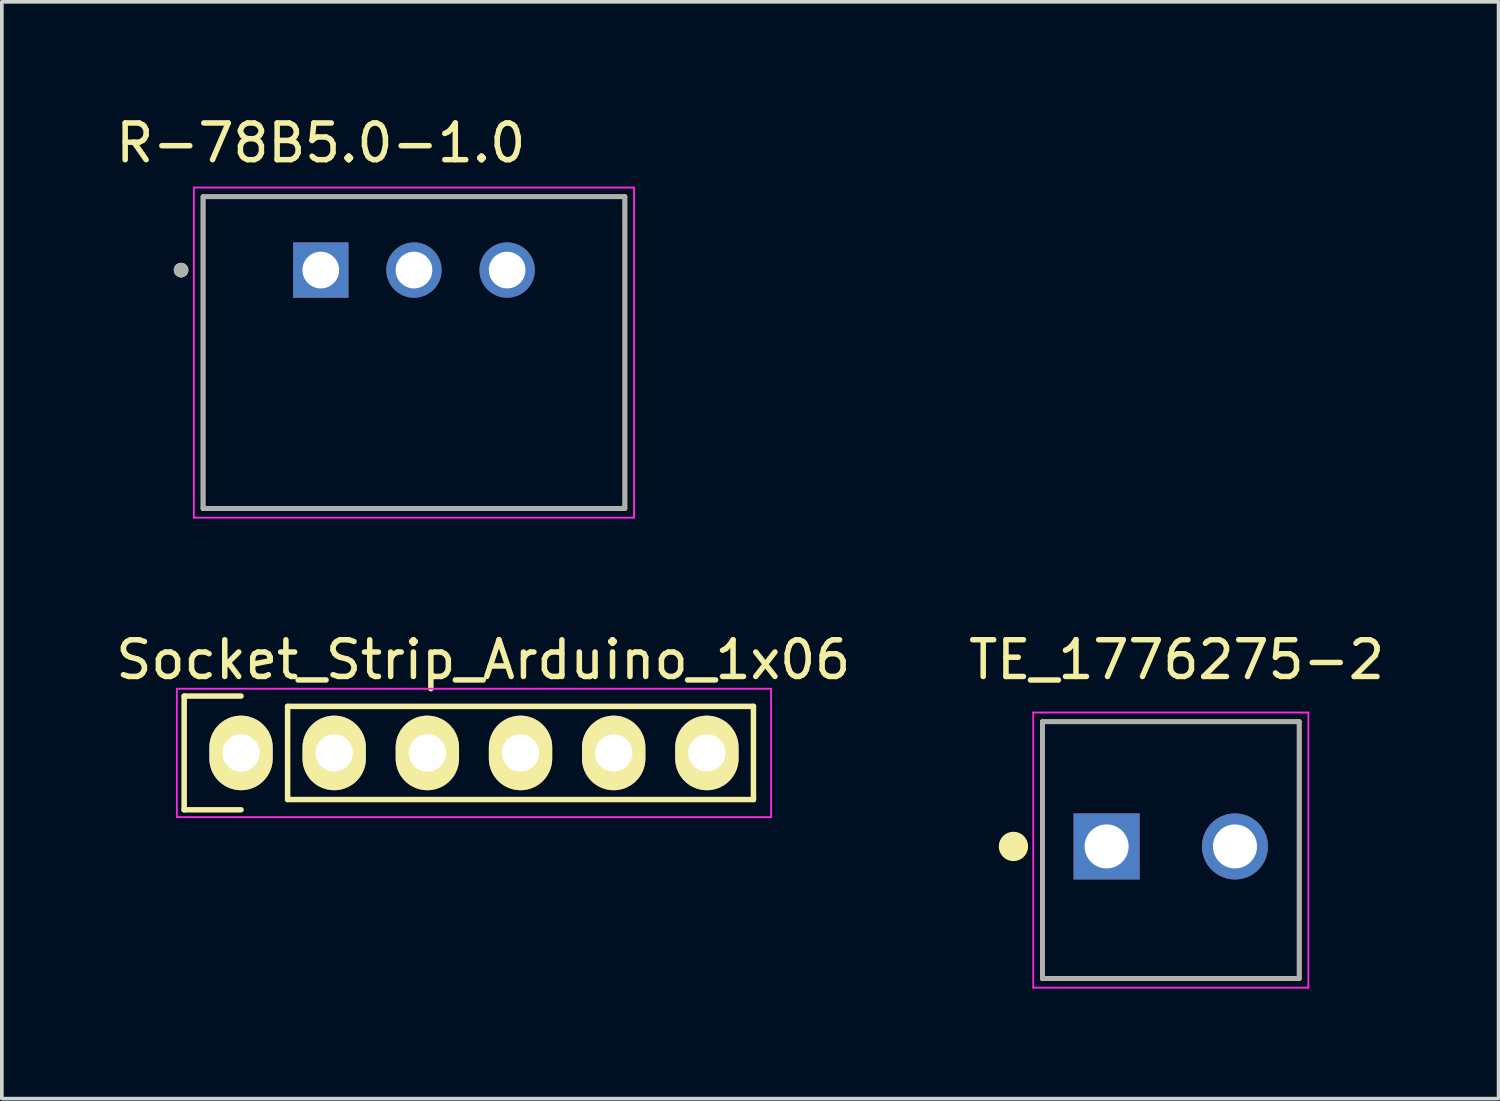
<source format=kicad_pcb>
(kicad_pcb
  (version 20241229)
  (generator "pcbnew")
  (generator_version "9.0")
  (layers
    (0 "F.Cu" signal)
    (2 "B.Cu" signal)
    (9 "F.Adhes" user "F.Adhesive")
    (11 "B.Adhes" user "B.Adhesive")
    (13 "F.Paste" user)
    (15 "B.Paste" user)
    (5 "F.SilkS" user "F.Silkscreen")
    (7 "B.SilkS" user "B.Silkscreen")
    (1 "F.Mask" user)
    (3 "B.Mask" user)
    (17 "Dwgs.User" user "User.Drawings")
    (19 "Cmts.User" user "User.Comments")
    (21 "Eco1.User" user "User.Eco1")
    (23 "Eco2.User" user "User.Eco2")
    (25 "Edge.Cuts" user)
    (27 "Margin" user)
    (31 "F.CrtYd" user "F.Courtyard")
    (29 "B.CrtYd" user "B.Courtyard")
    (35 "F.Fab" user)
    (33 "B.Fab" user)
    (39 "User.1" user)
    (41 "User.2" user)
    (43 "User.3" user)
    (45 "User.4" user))
  (footprint "R-78B5.0-1.0"
    (layer "F.Cu")
    (at 8.236 6.563)
    (property "Reference" "R-78B5.0-1.0" (at -2.54 -5.715 0) (layer "F.SilkS") (effects (font (size 1 1) (thickness 0.15))))
    (attr through_hole)
    (fp_line (start -5.75 -4.25) (end -5.75 4.25) (stroke (width 0.127) (type solid)) (layer "F.SilkS"))
    (fp_line (start -5.75 4.25) (end 5.75 4.25) (stroke (width 0.127) (type solid)) (layer "F.SilkS"))
    (fp_line (start 5.75 -4.25) (end -5.75 -4.25) (stroke (width 0.127) (type solid)) (layer "F.SilkS"))
    (fp_line (start 5.75 4.25) (end 5.75 -4.25) (stroke (width 0.127) (type solid)) (layer "F.SilkS"))
    (fp_circle (center -6.35 -2.25) (end -6.25 -2.25) (stroke (width 0.2) (type solid)) (fill no) (layer "F.SilkS"))
    (fp_line (start -6 -4.5) (end -6 4.5) (stroke (width 0.05) (type solid)) (layer "F.CrtYd"))
    (fp_line (start -6 4.5) (end 6 4.5) (stroke (width 0.05) (type solid)) (layer "F.CrtYd"))
    (fp_line (start 6 -4.5) (end -6 -4.5) (stroke (width 0.05) (type solid)) (layer "F.CrtYd"))
    (fp_line (start 6 4.5) (end 6 -4.5) (stroke (width 0.05) (type solid)) (layer "F.CrtYd"))
    (fp_line (start -5.75 -4.25) (end -5.75 4.25) (stroke (width 0.127) (type solid)) (layer "F.Fab"))
    (fp_line (start -5.75 4.25) (end 5.75 4.25) (stroke (width 0.127) (type solid)) (layer "F.Fab"))
    (fp_line (start 5.75 -4.25) (end -5.75 -4.25) (stroke (width 0.127) (type solid)) (layer "F.Fab"))
    (fp_line (start 5.75 4.25) (end 5.75 -4.25) (stroke (width 0.127) (type solid)) (layer "F.Fab"))
    (fp_circle (center -6.35 -2.25) (end -6.25 -2.25) (stroke (width 0.2) (type solid)) (fill no) (layer "F.Fab"))
    (pad "1" thru_hole rect (at -2.54 -2.25) (size 1.508 1.508) (drill 1) (layers "*.Cu" "*.Mask"))
    (pad "2" thru_hole circle (at 0 -2.25) (size 1.508 1.508) (drill 1) (layers "*.Cu" "*.Mask"))
    (pad "3" thru_hole circle (at 2.54 -2.25) (size 1.508 1.508) (drill 1) (layers "*.Cu" "*.Mask")))
  (footprint "TE_1776275-2"
    (layer "F.Cu")
    (at 27.119 20.026)
    (property "Reference" "TE_1776275-2" (at 1.908 -5.089 0) (layer "F.SilkS") (effects (font (size 1.002 1.002) (thickness 0.15))))
    (attr through_hole)
    (fp_line (start -1.75 -3.4) (end 5.25 -3.4) (stroke (width 0.127) (type solid)) (layer "F.SilkS"))
    (fp_line (start -1.75 3.6) (end -1.75 -3.4) (stroke (width 0.127) (type solid)) (layer "F.SilkS"))
    (fp_line (start 5.25 -3.4) (end 5.25 3.6) (stroke (width 0.127) (type solid)) (layer "F.SilkS"))
    (fp_line (start 5.25 3.6) (end -1.75 3.6) (stroke (width 0.127) (type solid)) (layer "F.SilkS"))
    (fp_circle (center -2.54 0) (end -2.34 0) (stroke (width 0.4) (type solid)) (fill no) (layer "F.SilkS"))
    (fp_line (start -2 -3.65) (end 5.5 -3.65) (stroke (width 0.05) (type solid)) (layer "F.CrtYd"))
    (fp_line (start -2 3.85) (end -2 -3.65) (stroke (width 0.05) (type solid)) (layer "F.CrtYd"))
    (fp_line (start 5.5 -3.65) (end 5.5 3.85) (stroke (width 0.05) (type solid)) (layer "F.CrtYd"))
    (fp_line (start 5.5 3.85) (end -2 3.85) (stroke (width 0.05) (type solid)) (layer "F.CrtYd"))
    (fp_line (start -1.75 -3.4) (end 5.25 -3.4) (stroke (width 0.127) (type solid)) (layer "F.Fab"))
    (fp_line (start -1.75 3.6) (end -1.75 -3.4) (stroke (width 0.127) (type solid)) (layer "F.Fab"))
    (fp_line (start 5.25 -3.4) (end 5.25 3.6) (stroke (width 0.127) (type solid)) (layer "F.Fab"))
    (fp_line (start 5.25 3.6) (end -1.75 3.6) (stroke (width 0.127) (type solid)) (layer "F.Fab"))
    (fp_circle (center 0 0) (end 0.2 0) (stroke (width 0.4) (type solid)) (fill no) (layer "F.Fab"))
    (pad "1" thru_hole rect (at 0 0) (size 1.8 1.8) (drill 1.2) (layers "*.Cu" "*.Mask"))
    (pad "2" thru_hole circle (at 3.5 0) (size 1.8 1.8) (drill 1.2) (layers "*.Cu" "*.Mask")))
  (footprint "Socket_Strip_Arduino_1x06"
    (layer "F.Cu")
    (at 3.521 17.477)
    (property "Reference" "Socket_Strip_Arduino_1x06" (at 6.604 -2.54 0) (layer "F.SilkS") (effects (font (size 1 1) (thickness 0.15))))
    (attr through_hole)
    (fp_line (start -1.55 -1.55) (end -1.55 1.55) (stroke (width 0.15) (type solid)) (layer "F.SilkS"))
    (fp_line (start -1.55 1.55) (end 0 1.55) (stroke (width 0.15) (type solid)) (layer "F.SilkS"))
    (fp_line (start 0 -1.55) (end -1.55 -1.55) (stroke (width 0.15) (type solid)) (layer "F.SilkS"))
    (fp_line (start 1.27 1.27) (end 1.27 -1.27) (stroke (width 0.15) (type solid)) (layer "F.SilkS"))
    (fp_line (start 1.27 1.27) (end 13.97 1.27) (stroke (width 0.15) (type solid)) (layer "F.SilkS"))
    (fp_line (start 13.97 -1.27) (end 1.27 -1.27) (stroke (width 0.15) (type solid)) (layer "F.SilkS"))
    (fp_line (start 13.97 1.27) (end 13.97 -1.27) (stroke (width 0.15) (type solid)) (layer "F.SilkS"))
    (fp_line (start -1.75 -1.75) (end -1.75 1.75) (stroke (width 0.05) (type solid)) (layer "F.CrtYd"))
    (fp_line (start -1.75 -1.75) (end 14.45 -1.75) (stroke (width 0.05) (type solid)) (layer "F.CrtYd"))
    (fp_line (start -1.75 1.75) (end 14.45 1.75) (stroke (width 0.05) (type solid)) (layer "F.CrtYd"))
    (fp_line (start 14.45 -1.75) (end 14.45 1.75) (stroke (width 0.05) (type solid)) (layer "F.CrtYd"))
    (pad "1" thru_hole oval (at 0 0) (size 1.727 2.032) (drill 1.016) (layers "*.Cu" "*.Mask" "F.SilkS"))
    (pad "2" thru_hole oval (at 2.54 0) (size 1.727 2.032) (drill 1.016) (layers "*.Cu" "*.Mask" "F.SilkS"))
    (pad "3" thru_hole oval (at 5.08 0) (size 1.727 2.032) (drill 1.016) (layers "*.Cu" "*.Mask" "F.SilkS"))
    (pad "4" thru_hole oval (at 7.62 0) (size 1.727 2.032) (drill 1.016) (layers "*.Cu" "*.Mask" "F.SilkS"))
    (pad "5" thru_hole oval (at 10.16 0) (size 1.727 2.032) (drill 1.016) (layers "*.Cu" "*.Mask" "F.SilkS"))
    (pad "6" thru_hole oval (at 12.7 0) (size 1.727 2.032) (drill 1.016) (layers "*.Cu" "*.Mask" "F.SilkS")))
  (gr_rect
    (start -3 -3)
    (end 37.805 26.901)
    (stroke (width 0.1) (type default))
    (fill no)
    (layer "Edge.Cuts")))
</source>
